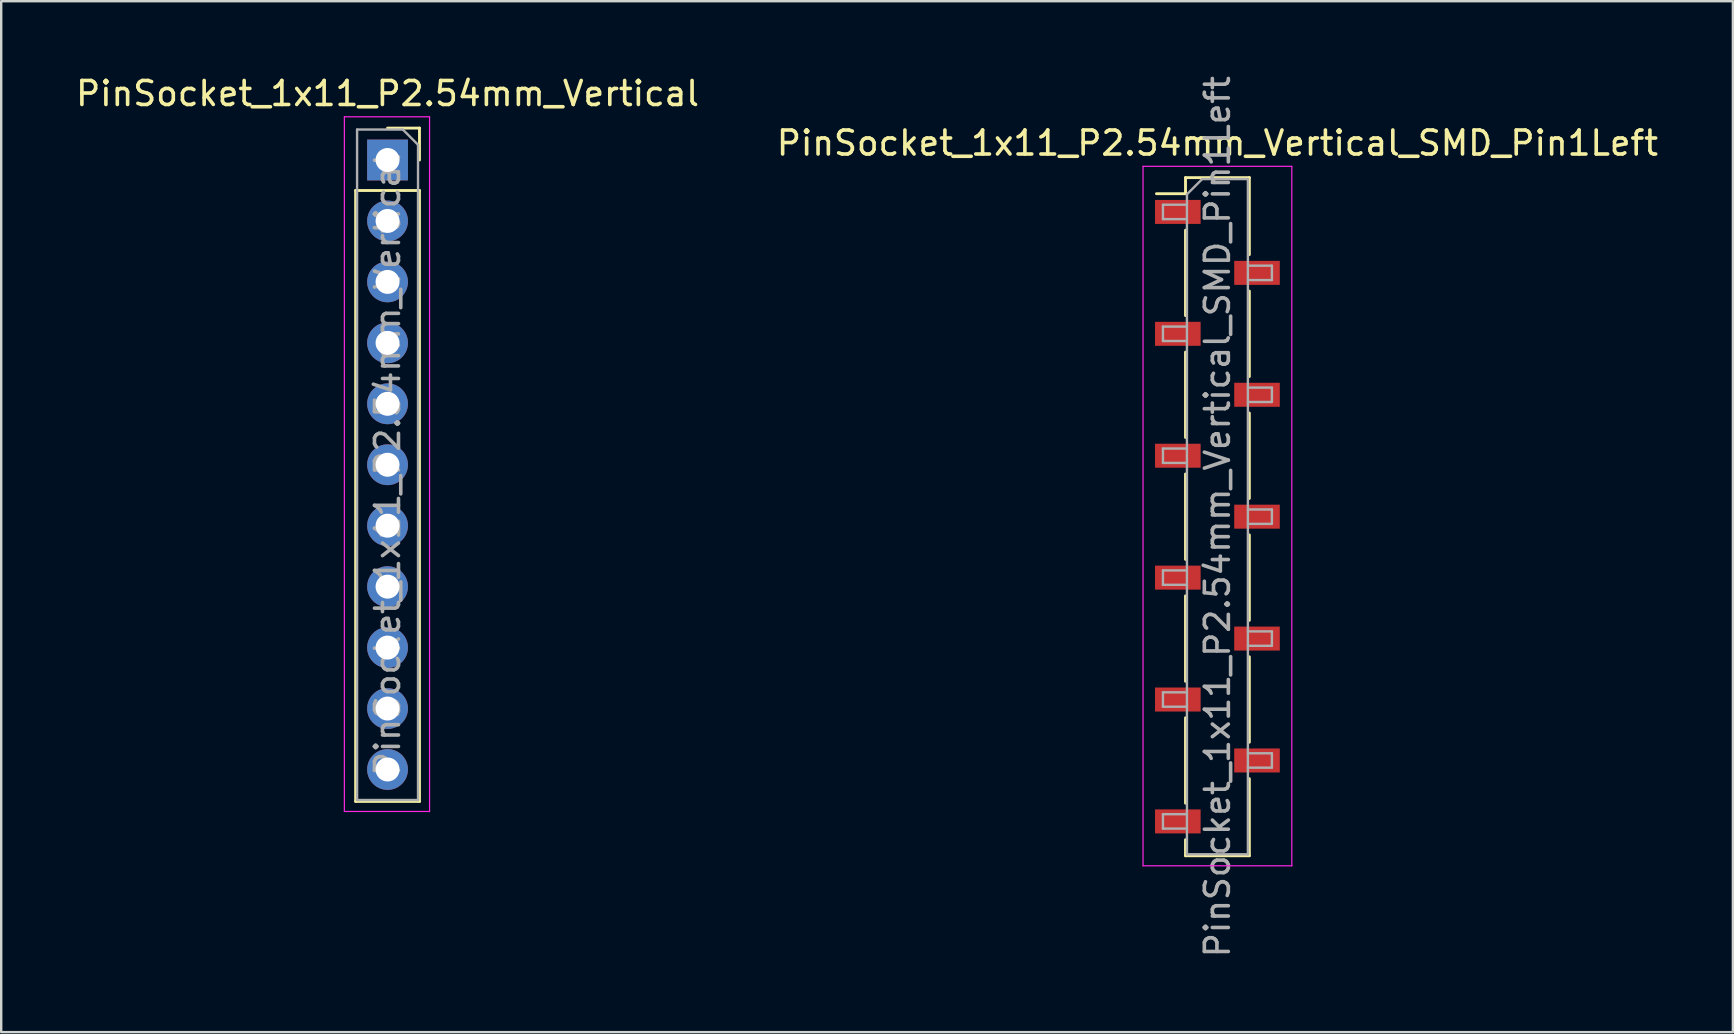
<source format=kicad_pcb>
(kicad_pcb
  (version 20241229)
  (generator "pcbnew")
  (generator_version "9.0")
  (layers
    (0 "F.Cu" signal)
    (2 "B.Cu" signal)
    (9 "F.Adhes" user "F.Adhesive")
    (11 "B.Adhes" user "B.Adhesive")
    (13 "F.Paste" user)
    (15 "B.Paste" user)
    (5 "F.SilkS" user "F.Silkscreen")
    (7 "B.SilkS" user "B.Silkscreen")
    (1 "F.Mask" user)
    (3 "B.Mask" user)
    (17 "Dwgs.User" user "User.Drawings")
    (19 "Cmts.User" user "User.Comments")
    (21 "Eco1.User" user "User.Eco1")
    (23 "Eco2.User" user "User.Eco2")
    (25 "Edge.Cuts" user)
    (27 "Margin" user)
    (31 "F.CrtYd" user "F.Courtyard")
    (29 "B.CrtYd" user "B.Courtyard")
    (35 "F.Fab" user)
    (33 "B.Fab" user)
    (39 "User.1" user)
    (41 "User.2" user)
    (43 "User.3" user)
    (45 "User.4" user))
  (footprint "PinSocket_1x11_P2.54mm_Vertical_SMD_Pin1Left"
    (layer "F.Cu")
    (at 47.685 18.482)
    (property "Reference" "PinSocket_1x11_P2.54mm_Vertical_SMD_Pin1Left" (at 0 -15.57 0) (layer "F.SilkS") (effects (font (size 1 1) (thickness 0.15))))
    (attr smd)
    (fp_line (start -2.54 -13.46) (end -1.33 -13.46) (stroke (width 0.12) (type solid)) (layer "F.SilkS"))
    (fp_line (start -1.33 -14.13) (end -1.33 -13.46) (stroke (width 0.12) (type solid)) (layer "F.SilkS"))
    (fp_line (start -1.33 -14.13) (end 1.33 -14.13) (stroke (width 0.12) (type solid)) (layer "F.SilkS"))
    (fp_line (start -1.33 -11.94) (end -1.33 -8.38) (stroke (width 0.12) (type solid)) (layer "F.SilkS"))
    (fp_line (start -1.33 -6.86) (end -1.33 -3.3) (stroke (width 0.12) (type solid)) (layer "F.SilkS"))
    (fp_line (start -1.33 -1.78) (end -1.33 1.78) (stroke (width 0.12) (type solid)) (layer "F.SilkS"))
    (fp_line (start -1.33 3.3) (end -1.33 6.86) (stroke (width 0.12) (type solid)) (layer "F.SilkS"))
    (fp_line (start -1.33 8.38) (end -1.33 11.94) (stroke (width 0.12) (type solid)) (layer "F.SilkS"))
    (fp_line (start -1.33 13.46) (end -1.33 14.13) (stroke (width 0.12) (type solid)) (layer "F.SilkS"))
    (fp_line (start -1.33 14.13) (end 1.33 14.13) (stroke (width 0.12) (type solid)) (layer "F.SilkS"))
    (fp_line (start 1.33 -14.13) (end 1.33 -10.92) (stroke (width 0.12) (type solid)) (layer "F.SilkS"))
    (fp_line (start 1.33 -9.4) (end 1.33 -5.84) (stroke (width 0.12) (type solid)) (layer "F.SilkS"))
    (fp_line (start 1.33 -4.32) (end 1.33 -0.76) (stroke (width 0.12) (type solid)) (layer "F.SilkS"))
    (fp_line (start 1.33 0.76) (end 1.33 4.32) (stroke (width 0.12) (type solid)) (layer "F.SilkS"))
    (fp_line (start 1.33 5.84) (end 1.33 9.4) (stroke (width 0.12) (type solid)) (layer "F.SilkS"))
    (fp_line (start 1.33 10.92) (end 1.33 14.13) (stroke (width 0.12) (type solid)) (layer "F.SilkS"))
    (fp_line (start -3.1 -14.6) (end 3.1 -14.6) (stroke (width 0.05) (type solid)) (layer "F.CrtYd"))
    (fp_line (start -3.1 14.55) (end -3.1 -14.6) (stroke (width 0.05) (type solid)) (layer "F.CrtYd"))
    (fp_line (start 3.1 -14.6) (end 3.1 14.55) (stroke (width 0.05) (type solid)) (layer "F.CrtYd"))
    (fp_line (start 3.1 14.55) (end -3.1 14.55) (stroke (width 0.05) (type solid)) (layer "F.CrtYd"))
    (fp_line (start -2.27 -13) (end -1.27 -13) (stroke (width 0.1) (type solid)) (layer "F.Fab"))
    (fp_line (start -2.27 -12.4) (end -2.27 -13) (stroke (width 0.1) (type solid)) (layer "F.Fab"))
    (fp_line (start -2.27 -7.92) (end -1.27 -7.92) (stroke (width 0.1) (type solid)) (layer "F.Fab"))
    (fp_line (start -2.27 -7.32) (end -2.27 -7.92) (stroke (width 0.1) (type solid)) (layer "F.Fab"))
    (fp_line (start -2.27 -2.84) (end -1.27 -2.84) (stroke (width 0.1) (type solid)) (layer "F.Fab"))
    (fp_line (start -2.27 -2.24) (end -2.27 -2.84) (stroke (width 0.1) (type solid)) (layer "F.Fab"))
    (fp_line (start -2.27 2.24) (end -1.27 2.24) (stroke (width 0.1) (type solid)) (layer "F.Fab"))
    (fp_line (start -2.27 2.84) (end -2.27 2.24) (stroke (width 0.1) (type solid)) (layer "F.Fab"))
    (fp_line (start -2.27 7.32) (end -1.27 7.32) (stroke (width 0.1) (type solid)) (layer "F.Fab"))
    (fp_line (start -2.27 7.92) (end -2.27 7.32) (stroke (width 0.1) (type solid)) (layer "F.Fab"))
    (fp_line (start -2.27 12.4) (end -1.27 12.4) (stroke (width 0.1) (type solid)) (layer "F.Fab"))
    (fp_line (start -2.27 13) (end -2.27 12.4) (stroke (width 0.1) (type solid)) (layer "F.Fab"))
    (fp_line (start -1.27 -13.435) (end -0.635 -14.07) (stroke (width 0.1) (type solid)) (layer "F.Fab"))
    (fp_line (start -1.27 -12.4) (end -2.27 -12.4) (stroke (width 0.1) (type solid)) (layer "F.Fab"))
    (fp_line (start -1.27 -7.32) (end -2.27 -7.32) (stroke (width 0.1) (type solid)) (layer "F.Fab"))
    (fp_line (start -1.27 -2.24) (end -2.27 -2.24) (stroke (width 0.1) (type solid)) (layer "F.Fab"))
    (fp_line (start -1.27 2.84) (end -2.27 2.84) (stroke (width 0.1) (type solid)) (layer "F.Fab"))
    (fp_line (start -1.27 7.92) (end -2.27 7.92) (stroke (width 0.1) (type solid)) (layer "F.Fab"))
    (fp_line (start -1.27 13) (end -2.27 13) (stroke (width 0.1) (type solid)) (layer "F.Fab"))
    (fp_line (start -1.27 14.07) (end -1.27 -13.435) (stroke (width 0.1) (type solid)) (layer "F.Fab"))
    (fp_line (start -0.635 -14.07) (end 1.27 -14.07) (stroke (width 0.1) (type solid)) (layer "F.Fab"))
    (fp_line (start 1.27 -14.07) (end 1.27 14.07) (stroke (width 0.1) (type solid)) (layer "F.Fab"))
    (fp_line (start 1.27 -10.46) (end 2.27 -10.46) (stroke (width 0.1) (type solid)) (layer "F.Fab"))
    (fp_line (start 1.27 -5.38) (end 2.27 -5.38) (stroke (width 0.1) (type solid)) (layer "F.Fab"))
    (fp_line (start 1.27 -0.3) (end 2.27 -0.3) (stroke (width 0.1) (type solid)) (layer "F.Fab"))
    (fp_line (start 1.27 4.78) (end 2.27 4.78) (stroke (width 0.1) (type solid)) (layer "F.Fab"))
    (fp_line (start 1.27 9.86) (end 2.27 9.86) (stroke (width 0.1) (type solid)) (layer "F.Fab"))
    (fp_line (start 1.27 14.07) (end -1.27 14.07) (stroke (width 0.1) (type solid)) (layer "F.Fab"))
    (fp_line (start 2.27 -10.46) (end 2.27 -9.86) (stroke (width 0.1) (type solid)) (layer "F.Fab"))
    (fp_line (start 2.27 -9.86) (end 1.27 -9.86) (stroke (width 0.1) (type solid)) (layer "F.Fab"))
    (fp_line (start 2.27 -5.38) (end 2.27 -4.78) (stroke (width 0.1) (type solid)) (layer "F.Fab"))
    (fp_line (start 2.27 -4.78) (end 1.27 -4.78) (stroke (width 0.1) (type solid)) (layer "F.Fab"))
    (fp_line (start 2.27 -0.3) (end 2.27 0.3) (stroke (width 0.1) (type solid)) (layer "F.Fab"))
    (fp_line (start 2.27 0.3) (end 1.27 0.3) (stroke (width 0.1) (type solid)) (layer "F.Fab"))
    (fp_line (start 2.27 4.78) (end 2.27 5.38) (stroke (width 0.1) (type solid)) (layer "F.Fab"))
    (fp_line (start 2.27 5.38) (end 1.27 5.38) (stroke (width 0.1) (type solid)) (layer "F.Fab"))
    (fp_line (start 2.27 9.86) (end 2.27 10.46) (stroke (width 0.1) (type solid)) (layer "F.Fab"))
    (fp_line (start 2.27 10.46) (end 1.27 10.46) (stroke (width 0.1) (type solid)) (layer "F.Fab"))
    (fp_text user "${REFERENCE}" (at 0 0 90) (layer "F.Fab") (effects (font (size 1 1) (thickness 0.15))))
    (pad "1" smd rect (at -1.65 -12.7) (size 1.9 1) (layers "F.Cu" "F.Mask" "F.Paste"))
    (pad "2" smd rect (at 1.65 -10.16) (size 1.9 1) (layers "F.Cu" "F.Mask" "F.Paste"))
    (pad "3" smd rect (at -1.65 -7.62) (size 1.9 1) (layers "F.Cu" "F.Mask" "F.Paste"))
    (pad "4" smd rect (at 1.65 -5.08) (size 1.9 1) (layers "F.Cu" "F.Mask" "F.Paste"))
    (pad "5" smd rect (at -1.65 -2.54) (size 1.9 1) (layers "F.Cu" "F.Mask" "F.Paste"))
    (pad "6" smd rect (at 1.65 0) (size 1.9 1) (layers "F.Cu" "F.Mask" "F.Paste"))
    (pad "7" smd rect (at -1.65 2.54) (size 1.9 1) (layers "F.Cu" "F.Mask" "F.Paste"))
    (pad "8" smd rect (at 1.65 5.08) (size 1.9 1) (layers "F.Cu" "F.Mask" "F.Paste"))
    (pad "9" smd rect (at -1.65 7.62) (size 1.9 1) (layers "F.Cu" "F.Mask" "F.Paste"))
    (pad "10" smd rect (at 1.65 10.16) (size 1.9 1) (layers "F.Cu" "F.Mask" "F.Paste"))
    (pad "11" smd rect (at -1.65 12.7) (size 1.9 1) (layers "F.Cu" "F.Mask" "F.Paste")))
  (footprint "PinSocket_1x11_P2.54mm_Vertical"
    (layer "F.Cu")
    (at 13.101 3.618)
    (property "Reference" "PinSocket_1x11_P2.54mm_Vertical" (at 0 -2.77 0) (layer "F.SilkS") (effects (font (size 1 1) (thickness 0.15))))
    (attr through_hole)
    (fp_line (start -1.33 1.27) (end -1.33 26.73) (stroke (width 0.12) (type solid)) (layer "F.SilkS"))
    (fp_line (start -1.33 1.27) (end 1.33 1.27) (stroke (width 0.12) (type solid)) (layer "F.SilkS"))
    (fp_line (start -1.33 26.73) (end 1.33 26.73) (stroke (width 0.12) (type solid)) (layer "F.SilkS"))
    (fp_line (start 0 -1.33) (end 1.33 -1.33) (stroke (width 0.12) (type solid)) (layer "F.SilkS"))
    (fp_line (start 1.33 -1.33) (end 1.33 0) (stroke (width 0.12) (type solid)) (layer "F.SilkS"))
    (fp_line (start 1.33 1.27) (end 1.33 26.73) (stroke (width 0.12) (type solid)) (layer "F.SilkS"))
    (fp_line (start -1.8 -1.8) (end 1.75 -1.8) (stroke (width 0.05) (type solid)) (layer "F.CrtYd"))
    (fp_line (start -1.8 27.15) (end -1.8 -1.8) (stroke (width 0.05) (type solid)) (layer "F.CrtYd"))
    (fp_line (start 1.75 -1.8) (end 1.75 27.15) (stroke (width 0.05) (type solid)) (layer "F.CrtYd"))
    (fp_line (start 1.75 27.15) (end -1.8 27.15) (stroke (width 0.05) (type solid)) (layer "F.CrtYd"))
    (fp_line (start -1.27 -1.27) (end 0.635 -1.27) (stroke (width 0.1) (type solid)) (layer "F.Fab"))
    (fp_line (start -1.27 26.67) (end -1.27 -1.27) (stroke (width 0.1) (type solid)) (layer "F.Fab"))
    (fp_line (start 0.635 -1.27) (end 1.27 -0.635) (stroke (width 0.1) (type solid)) (layer "F.Fab"))
    (fp_line (start 1.27 -0.635) (end 1.27 26.67) (stroke (width 0.1) (type solid)) (layer "F.Fab"))
    (fp_line (start 1.27 26.67) (end -1.27 26.67) (stroke (width 0.1) (type solid)) (layer "F.Fab"))
    (fp_text user "${REFERENCE}" (at 0 12.7 90) (layer "F.Fab") (effects (font (size 1 1) (thickness 0.15))))
    (pad "1" thru_hole rect (at 0 0) (size 1.7 1.7) (drill 1) (layers "*.Cu" "*.Mask"))
    (pad "2" thru_hole oval (at 0 2.54) (size 1.7 1.7) (drill 1) (layers "*.Cu" "*.Mask"))
    (pad "3" thru_hole oval (at 0 5.08) (size 1.7 1.7) (drill 1) (layers "*.Cu" "*.Mask"))
    (pad "4" thru_hole oval (at 0 7.62) (size 1.7 1.7) (drill 1) (layers "*.Cu" "*.Mask"))
    (pad "5" thru_hole oval (at 0 10.16) (size 1.7 1.7) (drill 1) (layers "*.Cu" "*.Mask"))
    (pad "6" thru_hole oval (at 0 12.7) (size 1.7 1.7) (drill 1) (layers "*.Cu" "*.Mask"))
    (pad "7" thru_hole oval (at 0 15.24) (size 1.7 1.7) (drill 1) (layers "*.Cu" "*.Mask"))
    (pad "8" thru_hole oval (at 0 17.78) (size 1.7 1.7) (drill 1) (layers "*.Cu" "*.Mask"))
    (pad "9" thru_hole oval (at 0 20.32) (size 1.7 1.7) (drill 1) (layers "*.Cu" "*.Mask"))
    (pad "10" thru_hole oval (at 0 22.86) (size 1.7 1.7) (drill 1) (layers "*.Cu" "*.Mask"))
    (pad "11" thru_hole oval (at 0 25.4) (size 1.7 1.7) (drill 1) (layers "*.Cu" "*.Mask")))
  (gr_rect
    (start -3 -3)
    (end 69.167 39.964)
    (stroke (width 0.1) (type default))
    (fill no)
    (layer "Edge.Cuts")))
</source>
